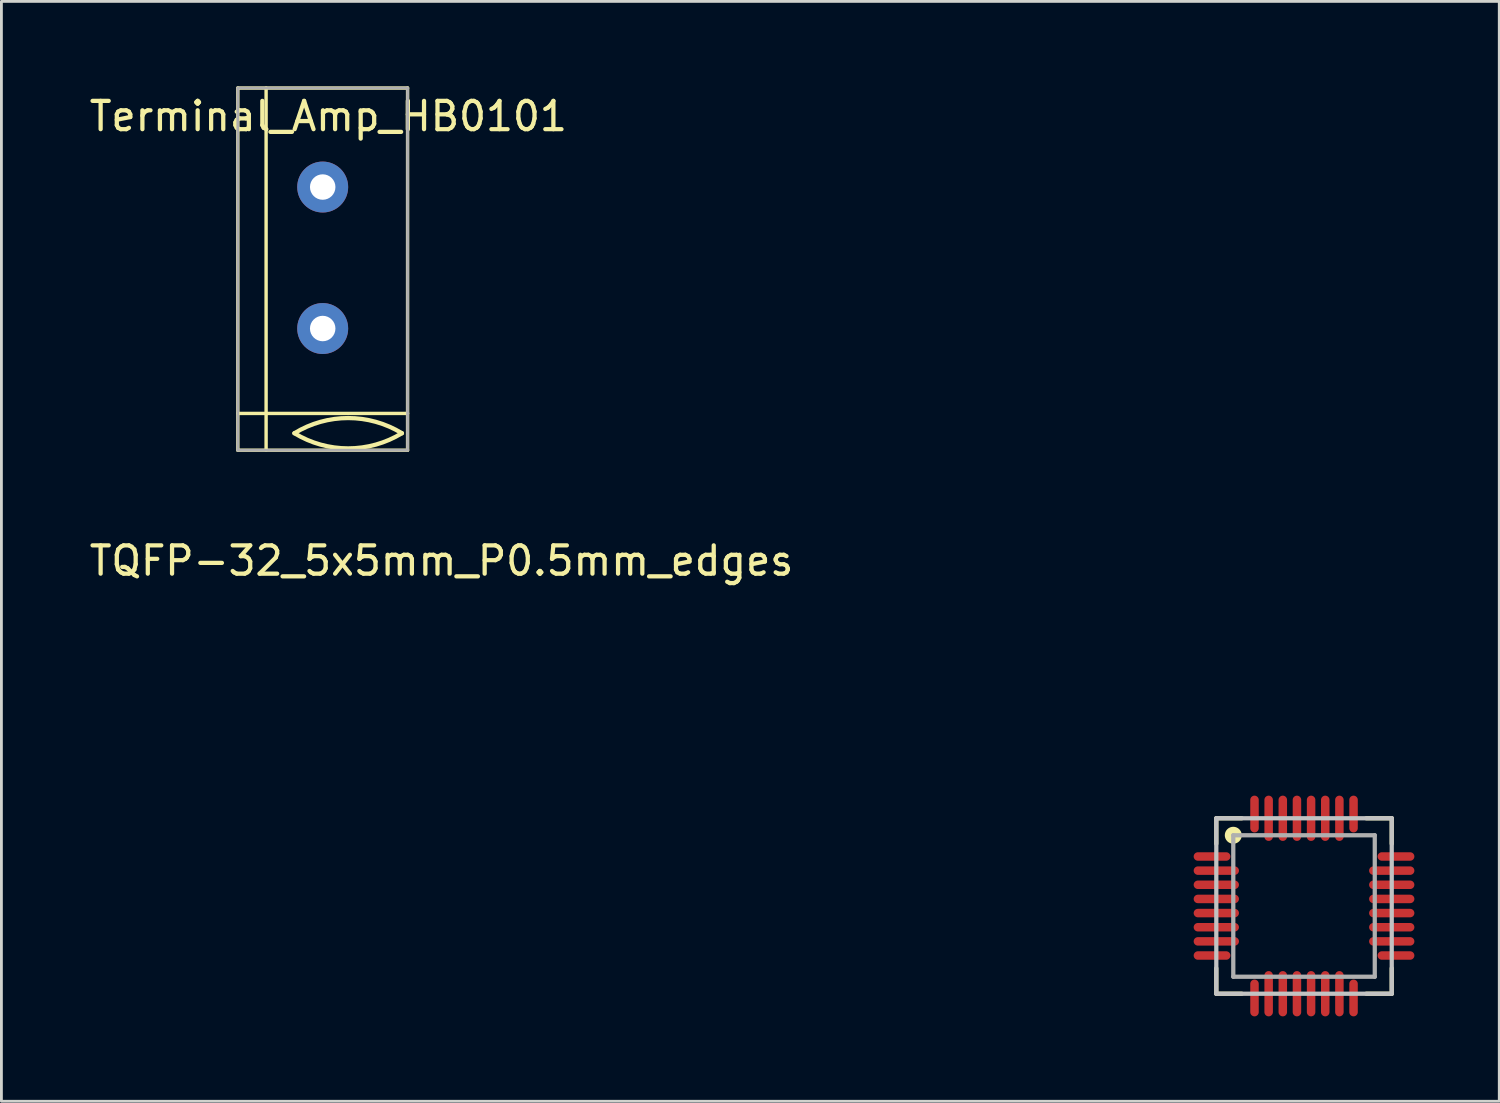
<source format=kicad_pcb>
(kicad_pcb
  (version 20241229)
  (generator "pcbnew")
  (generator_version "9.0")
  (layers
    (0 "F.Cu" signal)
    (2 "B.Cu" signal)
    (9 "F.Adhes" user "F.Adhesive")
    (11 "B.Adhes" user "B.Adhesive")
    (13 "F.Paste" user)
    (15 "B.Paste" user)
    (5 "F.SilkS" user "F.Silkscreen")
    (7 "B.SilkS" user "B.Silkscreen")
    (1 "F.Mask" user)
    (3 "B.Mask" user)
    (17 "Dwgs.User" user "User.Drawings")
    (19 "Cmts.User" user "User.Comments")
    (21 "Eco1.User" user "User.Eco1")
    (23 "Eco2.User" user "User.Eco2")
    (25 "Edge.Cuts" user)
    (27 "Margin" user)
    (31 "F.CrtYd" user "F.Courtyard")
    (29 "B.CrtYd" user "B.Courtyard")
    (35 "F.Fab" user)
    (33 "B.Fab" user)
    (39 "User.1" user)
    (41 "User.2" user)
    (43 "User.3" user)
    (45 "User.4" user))
  (footprint "Terminal_Amp_HB0101"
    (layer "F.Cu")
    (at 8.354 6.46)
    (property "Reference" "Terminal_Amp_HB0101" (at 0.2 -5.4 0) (layer "F.SilkS") (effects (font (size 1 1) (thickness 0.15))))
    (attr through_hole)
    (fp_line (start -3 -6.4) (end -3 6.4) (stroke (width 0.12) (type solid)) (layer "F.SilkS"))
    (fp_line (start -3 -6.4) (end 3 -6.4) (stroke (width 0.12) (type solid)) (layer "F.SilkS"))
    (fp_line (start -3 5.1) (end 3 5.1) (stroke (width 0.12) (type solid)) (layer "F.SilkS"))
    (fp_line (start -3 6.4) (end 3 6.4) (stroke (width 0.12) (type solid)) (layer "F.SilkS"))
    (fp_line (start -2 -6.4) (end -2 6.4) (stroke (width 0.12) (type solid)) (layer "F.SilkS"))
    (fp_line (start 3 -6.4) (end 3 6.4) (stroke (width 0.12) (type solid)) (layer "F.SilkS"))
    (fp_arc (start -1 5.8) (mid 0.9 5.264068) (end 2.8 5.8) (stroke (width 0.15) (type solid)) (layer "F.SilkS"))
    (fp_arc (start 2.8 5.8) (mid 0.9 6.335932) (end -1 5.8) (stroke (width 0.15) (type solid)) (layer "F.SilkS"))
    (fp_line (start -3 6.4) (end -3 -6.4) (stroke (width 0.1) (type solid)) (layer "F.Fab"))
    (fp_line (start 3 -6.4) (end -3 -6.4) (stroke (width 0.1) (type solid)) (layer "F.Fab"))
    (fp_line (start 3 6.4) (end -3 6.4) (stroke (width 0.1) (type solid)) (layer "F.Fab"))
    (fp_line (start 3 6.4) (end 3 -6.4) (stroke (width 0.1) (type solid)) (layer "F.Fab"))
    (pad "1" thru_hole circle (at 0 -2.9) (size 1.8 1.8) (drill 0.9) (layers "*.Cu" "*.Mask"))
    (pad "1" thru_hole circle (at 0 2.1) (size 1.8 1.8) (drill 0.9) (layers "*.Cu" "*.Mask")))
  (footprint "TQFP-32_5x5mm_P0.5mm_edges"
    (layer "F.Cu")
    (at 43.034 28.968)
    (property "Reference" "TQFP-32_5x5mm_P0.5mm_edges" (at -30.48 -12.2 0) (layer "F.SilkS") (effects (font (size 1 1) (thickness 0.15))))
    (attr through_hole)
    (fp_line (start -3.1 -3.1) (end -3.1 -2.2) (stroke (width 0.15) (type solid)) (layer "F.SilkS"))
    (fp_line (start -3.1 -3.1) (end -2.2 -3.1) (stroke (width 0.15) (type solid)) (layer "F.SilkS"))
    (fp_line (start -3.1 3.1) (end -3.1 2.2) (stroke (width 0.15) (type solid)) (layer "F.SilkS"))
    (fp_line (start -3.1 3.1) (end -2.2 3.1) (stroke (width 0.15) (type solid)) (layer "F.SilkS"))
    (fp_line (start 3.1 -3.1) (end 2.2 -3.1) (stroke (width 0.15) (type solid)) (layer "F.SilkS"))
    (fp_line (start 3.1 -3.1) (end 3.1 -2.2) (stroke (width 0.15) (type solid)) (layer "F.SilkS"))
    (fp_line (start 3.1 3.1) (end 2.2 3.1) (stroke (width 0.15) (type solid)) (layer "F.SilkS"))
    (fp_line (start 3.1 3.1) (end 3.1 2.2) (stroke (width 0.15) (type solid)) (layer "F.SilkS"))
    (fp_circle (center -2.5 -2.5) (end -2.35 -2.5) (stroke (width 0.3) (type solid)) (fill no) (layer "F.SilkS"))
    (fp_line (start -3.1 -3.1) (end -3.1 3.1) (stroke (width 0.15) (type solid)) (layer "Dwgs.User"))
    (fp_line (start -3.1 -3.1) (end 3.1 -3.1) (stroke (width 0.15) (type solid)) (layer "Dwgs.User"))
    (fp_line (start -3.1 3.1) (end 3.1 3.1) (stroke (width 0.15) (type solid)) (layer "Dwgs.User"))
    (fp_line (start 3.1 -3.1) (end 3.1 3.1) (stroke (width 0.15) (type solid)) (layer "Dwgs.User"))
    (fp_line (start -2.5 -2.5) (end -2.5 2.5) (stroke (width 0.15) (type solid)) (layer "F.Fab"))
    (fp_line (start -2.5 -2.5) (end 2.5 -2.5) (stroke (width 0.15) (type solid)) (layer "F.Fab"))
    (fp_line (start -2.5 2.5) (end 2.5 2.5) (stroke (width 0.15) (type solid)) (layer "F.Fab"))
    (fp_line (start 2.5 -2.5) (end 2.5 2.5) (stroke (width 0.15) (type solid)) (layer "F.Fab"))
    (pad "1" smd oval (at -3.25 -1.75) (size 1.3 0.3) (layers "F.Cu" "F.Mask" "F.Paste"))
    (pad "2" smd oval (at -3.1 -1.25) (size 1.6 0.3) (layers "F.Cu" "F.Mask" "F.Paste"))
    (pad "3" smd oval (at -3.1 -0.75) (size 1.6 0.3) (layers "F.Cu" "F.Mask" "F.Paste"))
    (pad "4" smd oval (at -3.1 -0.25) (size 1.6 0.3) (layers "F.Cu" "F.Mask" "F.Paste"))
    (pad "5" smd oval (at -3.1 0.25) (size 1.6 0.3) (layers "F.Cu" "F.Mask" "F.Paste"))
    (pad "6" smd oval (at -3.1 0.75) (size 1.6 0.3) (layers "F.Cu" "F.Mask" "F.Paste"))
    (pad "7" smd oval (at -3.1 1.25) (size 1.6 0.3) (layers "F.Cu" "F.Mask" "F.Paste"))
    (pad "8" smd oval (at -3.25 1.75) (size 1.3 0.3) (layers "F.Cu" "F.Mask" "F.Paste"))
    (pad "9" smd oval (at -1.75 3.25 90) (size 1.3 0.3) (layers "F.Cu" "F.Mask" "F.Paste"))
    (pad "10" smd oval (at -1.25 3.1 90) (size 1.6 0.3) (layers "F.Cu" "F.Mask" "F.Paste"))
    (pad "11" smd oval (at -0.75 3.1 90) (size 1.6 0.3) (layers "F.Cu" "F.Mask" "F.Paste"))
    (pad "12" smd oval (at -0.25 3.1 90) (size 1.6 0.3) (layers "F.Cu" "F.Mask" "F.Paste"))
    (pad "13" smd oval (at 0.25 3.1 90) (size 1.6 0.3) (layers "F.Cu" "F.Mask" "F.Paste"))
    (pad "14" smd oval (at 0.75 3.1 90) (size 1.6 0.3) (layers "F.Cu" "F.Mask" "F.Paste"))
    (pad "15" smd oval (at 1.25 3.1 90) (size 1.6 0.3) (layers "F.Cu" "F.Mask" "F.Paste"))
    (pad "16" smd oval (at 1.75 3.25 90) (size 1.3 0.3) (layers "F.Cu" "F.Mask" "F.Paste"))
    (pad "17" smd oval (at 3.25 1.75) (size 1.3 0.3) (layers "F.Cu" "F.Mask" "F.Paste"))
    (pad "18" smd oval (at 3.1 1.25) (size 1.6 0.3) (layers "F.Cu" "F.Mask" "F.Paste"))
    (pad "19" smd oval (at 3.1 0.75) (size 1.6 0.3) (layers "F.Cu" "F.Mask" "F.Paste"))
    (pad "20" smd oval (at 3.1 0.25) (size 1.6 0.3) (layers "F.Cu" "F.Mask" "F.Paste"))
    (pad "21" smd oval (at 3.1 -0.25) (size 1.6 0.3) (layers "F.Cu" "F.Mask" "F.Paste"))
    (pad "22" smd oval (at 3.1 -0.75) (size 1.6 0.3) (layers "F.Cu" "F.Mask" "F.Paste"))
    (pad "23" smd oval (at 3.1 -1.25) (size 1.6 0.3) (layers "F.Cu" "F.Mask" "F.Paste"))
    (pad "24" smd oval (at 3.25 -1.75) (size 1.3 0.3) (layers "F.Cu" "F.Mask" "F.Paste"))
    (pad "25" smd oval (at 1.75 -3.25 90) (size 1.3 0.3) (layers "F.Cu" "F.Mask" "F.Paste"))
    (pad "26" smd oval (at 1.25 -3.1 90) (size 1.6 0.3) (layers "F.Cu" "F.Mask" "F.Paste"))
    (pad "27" smd oval (at 0.75 -3.1 90) (size 1.6 0.3) (layers "F.Cu" "F.Mask" "F.Paste"))
    (pad "28" smd oval (at 0.25 -3.1 90) (size 1.6 0.3) (layers "F.Cu" "F.Mask" "F.Paste"))
    (pad "29" smd oval (at -0.25 -3.1 90) (size 1.6 0.3) (layers "F.Cu" "F.Mask" "F.Paste"))
    (pad "30" smd oval (at -0.75 -3.1 90) (size 1.6 0.3) (layers "F.Cu" "F.Mask" "F.Paste"))
    (pad "31" smd oval (at -1.25 -3.1 90) (size 1.6 0.3) (layers "F.Cu" "F.Mask" "F.Paste"))
    (pad "32" smd oval (at -1.75 -3.25 90) (size 1.3 0.3) (layers "F.Cu" "F.Mask" "F.Paste")))
  (gr_rect
    (start -3 -3)
    (end 49.934 35.868)
    (stroke (width 0.1) (type default))
    (fill no)
    (layer "Edge.Cuts")))
</source>
